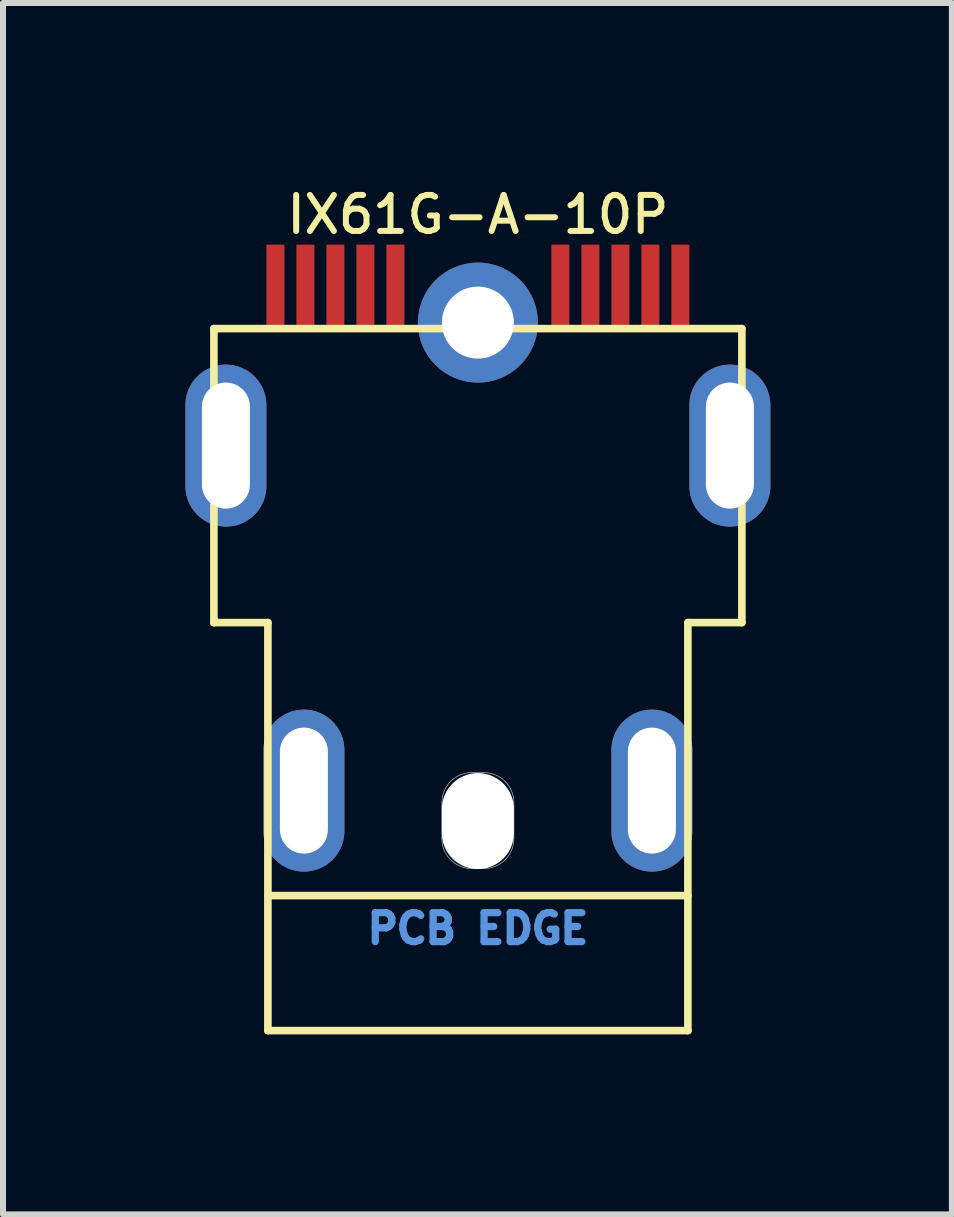
<source format=kicad_pcb>
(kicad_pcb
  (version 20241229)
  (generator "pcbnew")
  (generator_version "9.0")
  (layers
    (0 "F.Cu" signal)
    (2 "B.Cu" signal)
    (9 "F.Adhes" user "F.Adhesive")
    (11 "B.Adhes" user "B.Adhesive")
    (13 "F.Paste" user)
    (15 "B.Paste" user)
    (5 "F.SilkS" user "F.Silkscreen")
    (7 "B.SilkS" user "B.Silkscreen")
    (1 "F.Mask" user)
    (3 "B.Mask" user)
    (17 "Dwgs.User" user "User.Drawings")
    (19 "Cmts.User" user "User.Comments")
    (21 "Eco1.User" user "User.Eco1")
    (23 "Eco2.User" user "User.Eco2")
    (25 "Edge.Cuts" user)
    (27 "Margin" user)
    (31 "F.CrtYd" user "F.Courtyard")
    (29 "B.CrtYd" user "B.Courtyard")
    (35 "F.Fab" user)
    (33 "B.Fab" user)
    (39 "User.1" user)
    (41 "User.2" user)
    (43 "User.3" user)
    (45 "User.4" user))
  (footprint "IX61G-A-10P"
    (layer "F.Cu")
    (at 4.915 10.127)
    (property "Reference" "IX61G-A-10P" (at 0 -9.6 0) (unlocked yes) (layer "F.SilkS") (effects (font (size 0.6 0.6) (thickness 0.1) (bold yes))))
    (attr smd)
    (fp_line (start -4.4 -7.7) (end 4.4 -7.7) (stroke (width 0.127) (type solid)) (layer "F.SilkS"))
    (fp_line (start -4.4 -2.8) (end -4.4 -7.7) (stroke (width 0.127) (type solid)) (layer "F.SilkS"))
    (fp_line (start -3.5 -2.8) (end -4.4 -2.8) (stroke (width 0.127) (type solid)) (layer "F.SilkS"))
    (fp_line (start -3.5 1.75) (end 3.5 1.75) (stroke (width 0.127) (type solid)) (layer "F.SilkS"))
    (fp_line (start -3.5 4) (end -3.5 -2.8) (stroke (width 0.127) (type solid)) (layer "F.SilkS"))
    (fp_line (start 3.5 -2.8) (end 3.5 4) (stroke (width 0.127) (type solid)) (layer "F.SilkS"))
    (fp_line (start 3.5 4) (end -3.5 4) (stroke (width 0.127) (type solid)) (layer "F.SilkS"))
    (fp_line (start 4.4 -7.7) (end 4.4 -2.8) (stroke (width 0.127) (type solid)) (layer "F.SilkS"))
    (fp_line (start 4.4 -2.8) (end 3.5 -2.8) (stroke (width 0.127) (type solid)) (layer "F.SilkS"))
    (fp_poly (pts (xy -3.485 -9.1) (xy -3.28 -9.1) (xy -3.28 -7.733) (xy -3.485 -7.733)) (stroke (width 0.01) (type solid)) (fill yes) (layer "F.Paste"))
    (fp_poly (pts (xy -2.981 -9.1) (xy -2.78 -9.1) (xy -2.78 -7.728) (xy -2.981 -7.728)) (stroke (width 0.01) (type solid)) (fill yes) (layer "F.Paste"))
    (fp_poly (pts (xy -2.481 -9.1) (xy -2.28 -9.1) (xy -2.28 -7.734) (xy -2.481 -7.734)) (stroke (width 0.01) (type solid)) (fill yes) (layer "F.Paste"))
    (fp_poly (pts (xy -1.976 -9.1) (xy -1.78 -9.1) (xy -1.78 -7.723) (xy -1.976 -7.723)) (stroke (width 0.01) (type solid)) (fill yes) (layer "F.Paste"))
    (fp_poly (pts (xy -1.476 -9.1) (xy -1.28 -9.1) (xy -1.28 -7.732) (xy -1.476 -7.732)) (stroke (width 0.01) (type solid)) (fill yes) (layer "F.Paste"))
    (fp_poly (pts (xy 1.283 -9.1) (xy 1.47 -9.1) (xy 1.47 -7.718) (xy 1.283 -7.718)) (stroke (width 0.01) (type solid)) (fill yes) (layer "F.Paste"))
    (fp_poly (pts (xy 1.786 -9.1) (xy 1.97 -9.1) (xy 1.97 -7.728) (xy 1.786 -7.728)) (stroke (width 0.01) (type solid)) (fill yes) (layer "F.Paste"))
    (fp_poly (pts (xy 2.287 -9.1) (xy 2.47 -9.1) (xy 2.47 -7.724) (xy 2.287 -7.724)) (stroke (width 0.01) (type solid)) (fill yes) (layer "F.Paste"))
    (fp_poly (pts (xy 2.794 -9.1) (xy 2.97 -9.1) (xy 2.97 -7.74) (xy 2.794 -7.74)) (stroke (width 0.01) (type solid)) (fill yes) (layer "F.Paste"))
    (fp_poly (pts (xy 3.291 -9.1) (xy 3.47 -9.1) (xy 3.47 -7.726) (xy 3.291 -7.726)) (stroke (width 0.01) (type solid)) (fill yes) (layer "F.Paste"))
    (fp_line (start -0.6 0.2) (end -0.6 0.8) (stroke (width 0.01) (type solid)) (layer "Edge.Cuts"))
    (fp_line (start -0.1 -0.3) (end 0.1 -0.3) (stroke (width 0.01) (type solid)) (layer "Edge.Cuts"))
    (fp_line (start -0.1 1.3) (end 0.1 1.3) (stroke (width 0.01) (type solid)) (layer "Edge.Cuts"))
    (fp_line (start 0.6 0.2) (end 0.6 0.8) (stroke (width 0.01) (type solid)) (layer "Edge.Cuts"))
    (fp_arc (start -0.6 0.2) (mid -0.453553 -0.153553) (end -0.1 -0.3) (stroke (width 0.01) (type solid)) (layer "Edge.Cuts"))
    (fp_arc (start -0.1 1.3) (mid -0.453553 1.153553) (end -0.6 0.8) (stroke (width 0.01) (type solid)) (layer "Edge.Cuts"))
    (fp_arc (start 0.1 -0.3) (mid 0.453553 -0.153553) (end 0.6 0.2) (stroke (width 0.01) (type solid)) (layer "Edge.Cuts"))
    (fp_arc (start 0.6 0.8) (mid 0.453553 1.153553) (end 0.1 1.3) (stroke (width 0.01) (type solid)) (layer "Edge.Cuts"))
    (fp_text user "PCB EDGE" (at 0 2.3 0) (layer "Cmts.User") (effects (font (size 0.482 0.482) (thickness 0.121))))
    (pad "" np_thru_hole oval (at 0 0.508) (size 1.2 1.6) (drill oval 1.2 1.6) (layers "*.Cu" "*.Mask"))
    (pad "1" smd rect (at -3.375 -8.4) (size 0.3 1.4) (layers "F.Cu" "F.Mask"))
    (pad "2" smd rect (at -2.875 -8.4) (size 0.3 1.4) (layers "F.Cu" "F.Mask"))
    (pad "3" smd rect (at -2.375 -8.4) (size 0.3 1.4) (layers "F.Cu" "F.Mask"))
    (pad "4" smd rect (at -1.875 -8.4) (size 0.3 1.4) (layers "F.Cu" "F.Mask"))
    (pad "5" smd rect (at -1.375 -8.4) (size 0.3 1.4) (layers "F.Cu" "F.Mask"))
    (pad "6" smd rect (at 1.375 -8.4) (size 0.3 1.4) (layers "F.Cu" "F.Mask"))
    (pad "7" smd rect (at 1.875 -8.4) (size 0.3 1.4) (layers "F.Cu" "F.Mask"))
    (pad "8" smd rect (at 2.375 -8.4) (size 0.3 1.4) (layers "F.Cu" "F.Mask"))
    (pad "9" smd rect (at 2.875 -8.4) (size 0.3 1.4) (layers "F.Cu" "F.Mask"))
    (pad "10" smd rect (at 3.375 -8.4) (size 0.3 1.4) (layers "F.Cu" "F.Mask"))
    (pad "SH" thru_hole oval (at -4.2 -5.75) (size 1.35 2.7) (drill oval 0.8 2.1) (layers "*.Cu" "*.Mask"))
    (pad "SH" thru_hole oval (at -2.9 0) (size 1.35 2.7) (drill oval 0.8 2.1) (layers "*.Cu" "*.Mask"))
    (pad "SH" thru_hole circle (at 0 -7.8) (size 2 2) (drill 1.2) (layers "*.Cu" "*.Mask"))
    (pad "SH" thru_hole oval (at 2.9 0) (size 1.35 2.7) (drill oval 0.8 2.1) (layers "*.Cu" "*.Mask"))
    (pad "SH" thru_hole oval (at 4.2 -5.75) (size 1.35 2.7) (drill oval 0.8 2.1) (layers "*.Cu" "*.Mask"))
    (zone (net_name "") (layer "F.Cu") (hatch full 0.508) (connect_pads) (min_thickness 0.01) (filled_areas_thickness no) (keepout (tracks not_allowed) (vias not_allowed) (pads not_allowed) (copperpour not_allowed) (footprints allowed)) (placement (enabled no)) (fill) (polygon (pts (xy 0.002 2.426) (xy 1.415 2.426) (xy 1.415 3.007) (xy 0.002 3.007))))
    (zone (net_name "") (layer "F.Cu") (hatch full 0.508) (connect_pads) (min_thickness 0.01) (filled_areas_thickness no) (keepout (tracks not_allowed) (vias not_allowed) (pads not_allowed) (copperpour not_allowed) (footprints allowed)) (placement (enabled no)) (fill) (polygon (pts (xy 0.003 5.726) (xy 1.415 5.726) (xy 1.415 7.32) (xy 0.003 7.32))))
    (zone (net_name "") (layer "F.Cu") (hatch full 0.508) (connect_pads) (min_thickness 0.01) (filled_areas_thickness no) (keepout (tracks not_allowed) (vias not_allowed) (pads not_allowed) (copperpour not_allowed) (footprints allowed)) (placement (enabled no)) (fill) (polygon (pts (xy 1.296 7.327) (xy 8.515 7.327) (xy 8.515 8.719) (xy 1.296 8.719))))
    (zone (net_name "") (layer "F.Cu") (hatch full 0.508) (connect_pads) (min_thickness 0.01) (filled_areas_thickness no) (keepout (tracks not_allowed) (vias not_allowed) (pads not_allowed) (copperpour not_allowed) (footprints allowed)) (placement (enabled no)) (fill) (polygon (pts (xy 1.306 11.527) (xy 2.715 11.527) (xy 2.715 11.881) (xy 1.306 11.881))))
    (zone (net_name "") (layer "F.Cu") (hatch full 0.508) (connect_pads) (min_thickness 0.01) (filled_areas_thickness no) (keepout (tracks not_allowed) (vias not_allowed) (pads not_allowed) (copperpour not_allowed) (footprints allowed)) (placement (enabled no)) (fill) (polygon (pts (xy 1.402 2.426) (xy 8.415 2.426) (xy 8.415 7.316) (xy 1.402 7.316))))
    (zone (net_name "") (layer "F.Cu") (hatch full 0.508) (connect_pads) (min_thickness 0.01) (filled_areas_thickness no) (keepout (tracks not_allowed) (vias not_allowed) (pads not_allowed) (copperpour not_allowed) (footprints allowed)) (placement (enabled no)) (fill) (polygon (pts (xy 2.706 8.726) (xy 7.115 8.726) (xy 7.115 11.884) (xy 2.706 11.884))))
    (zone (net_name "") (layer "F.Cu") (hatch full 0.508) (connect_pads) (min_thickness 0.01) (filled_areas_thickness no) (keepout (tracks not_allowed) (vias not_allowed) (pads not_allowed) (copperpour not_allowed) (footprints allowed)) (placement (enabled no)) (fill) (polygon (pts (xy 7.121 11.527) (xy 8.515 11.527) (xy 8.515 11.881) (xy 7.121 11.881))))
    (zone (net_name "") (layer "F.Cu") (hatch full 0.508) (connect_pads) (min_thickness 0.01) (filled_areas_thickness no) (keepout (tracks not_allowed) (vias not_allowed) (pads not_allowed) (copperpour not_allowed) (footprints allowed)) (placement (enabled no)) (fill) (polygon (pts (xy 8.419 5.726) (xy 9.815 5.726) (xy 9.815 7.324) (xy 8.419 7.324))))
    (zone (net_name "") (layer "F.Cu") (hatch full 0.508) (connect_pads) (min_thickness 0.01) (filled_areas_thickness no) (keepout (tracks not_allowed) (vias not_allowed) (pads not_allowed) (copperpour not_allowed) (footprints allowed)) (placement (enabled no)) (fill) (polygon (pts (xy 8.427 2.426) (xy 9.815 2.426) (xy 9.815 3.002) (xy 8.427 3.002))))
    (zone (net_name "") (layers "F.Cu" "B.Cu") (hatch full 0.508) (connect_pads) (min_thickness 0.01) (filled_areas_thickness no) (keepout (tracks allowed) (vias not_allowed) (pads allowed) (copperpour allowed) (footprints allowed)) (placement (enabled no)) (fill) (polygon (pts (xy 0 2.426) (xy 1.415 2.426) (xy 1.415 3.004) (xy 0 3.004))))
    (zone (net_name "") (layers "F.Cu" "B.Cu") (hatch full 0.508) (connect_pads) (min_thickness 0.01) (filled_areas_thickness no) (keepout (tracks allowed) (vias not_allowed) (pads allowed) (copperpour allowed) (footprints allowed)) (placement (enabled no)) (fill) (polygon (pts (xy 0.006 5.726) (xy 1.415 5.726) (xy 1.415 7.322) (xy 0.006 7.322))))
    (zone (net_name "") (layers "F.Cu" "B.Cu") (hatch full 0.508) (connect_pads) (min_thickness 0.01) (filled_areas_thickness no) (keepout (tracks allowed) (vias not_allowed) (pads allowed) (copperpour allowed) (footprints allowed)) (placement (enabled no)) (fill) (polygon (pts (xy 1.302 7.327) (xy 8.515 7.327) (xy 8.515 8.721) (xy 1.302 8.721))))
    (zone (net_name "") (layers "F.Cu" "B.Cu") (hatch full 0.508) (connect_pads) (min_thickness 0.01) (filled_areas_thickness no) (keepout (tracks allowed) (vias not_allowed) (pads allowed) (copperpour allowed) (footprints allowed)) (placement (enabled no)) (fill) (polygon (pts (xy 1.304 11.527) (xy 2.715 11.527) (xy 2.715 11.882) (xy 1.304 11.882))))
    (zone (net_name "") (layers "F.Cu" "B.Cu") (hatch full 0.508) (connect_pads) (min_thickness 0.01) (filled_areas_thickness no) (keepout (tracks allowed) (vias not_allowed) (pads allowed) (copperpour allowed) (footprints allowed)) (placement (enabled no)) (fill) (polygon (pts (xy 1.399 2.426) (xy 8.415 2.426) (xy 8.415 7.314) (xy 1.399 7.314))))
    (zone (net_name "") (layers "F.Cu" "B.Cu") (hatch full 0.508) (connect_pads) (min_thickness 0.01) (filled_areas_thickness no) (keepout (tracks allowed) (vias not_allowed) (pads allowed) (copperpour allowed) (footprints allowed)) (placement (enabled no)) (fill) (polygon (pts (xy 2.708 8.726) (xy 7.115 8.726) (xy 7.115 11.882) (xy 2.708 11.882))))
    (zone (net_name "") (layers "F.Cu" "B.Cu") (hatch full 0.508) (connect_pads) (min_thickness 0.01) (filled_areas_thickness no) (keepout (tracks allowed) (vias not_allowed) (pads allowed) (copperpour allowed) (footprints allowed)) (placement (enabled no)) (fill) (polygon (pts (xy 7.121 11.527) (xy 8.515 11.527) (xy 8.515 11.881) (xy 7.121 11.881))))
    (zone (net_name "") (layers "F.Cu" "B.Cu") (hatch full 0.508) (connect_pads) (min_thickness 0.01) (filled_areas_thickness no) (keepout (tracks allowed) (vias not_allowed) (pads allowed) (copperpour allowed) (footprints allowed)) (placement (enabled no)) (fill) (polygon (pts (xy 8.416 5.726) (xy 9.815 5.726) (xy 9.815 7.326) (xy 8.416 7.326))))
    (zone (net_name "") (layers "F.Cu" "B.Cu") (hatch full 0.508) (connect_pads) (min_thickness 0.01) (filled_areas_thickness no) (keepout (tracks allowed) (vias not_allowed) (pads allowed) (copperpour allowed) (footprints allowed)) (placement (enabled no)) (fill) (polygon (pts (xy 8.432 2.426) (xy 9.815 2.426) (xy 9.815 2.993) (xy 8.432 2.993)))))
  (gr_rect
    (start -3 -3)
    (end 12.815 17.19)
    (stroke (width 0.1) (type default))
    (fill no)
    (layer "Edge.Cuts")))
</source>
